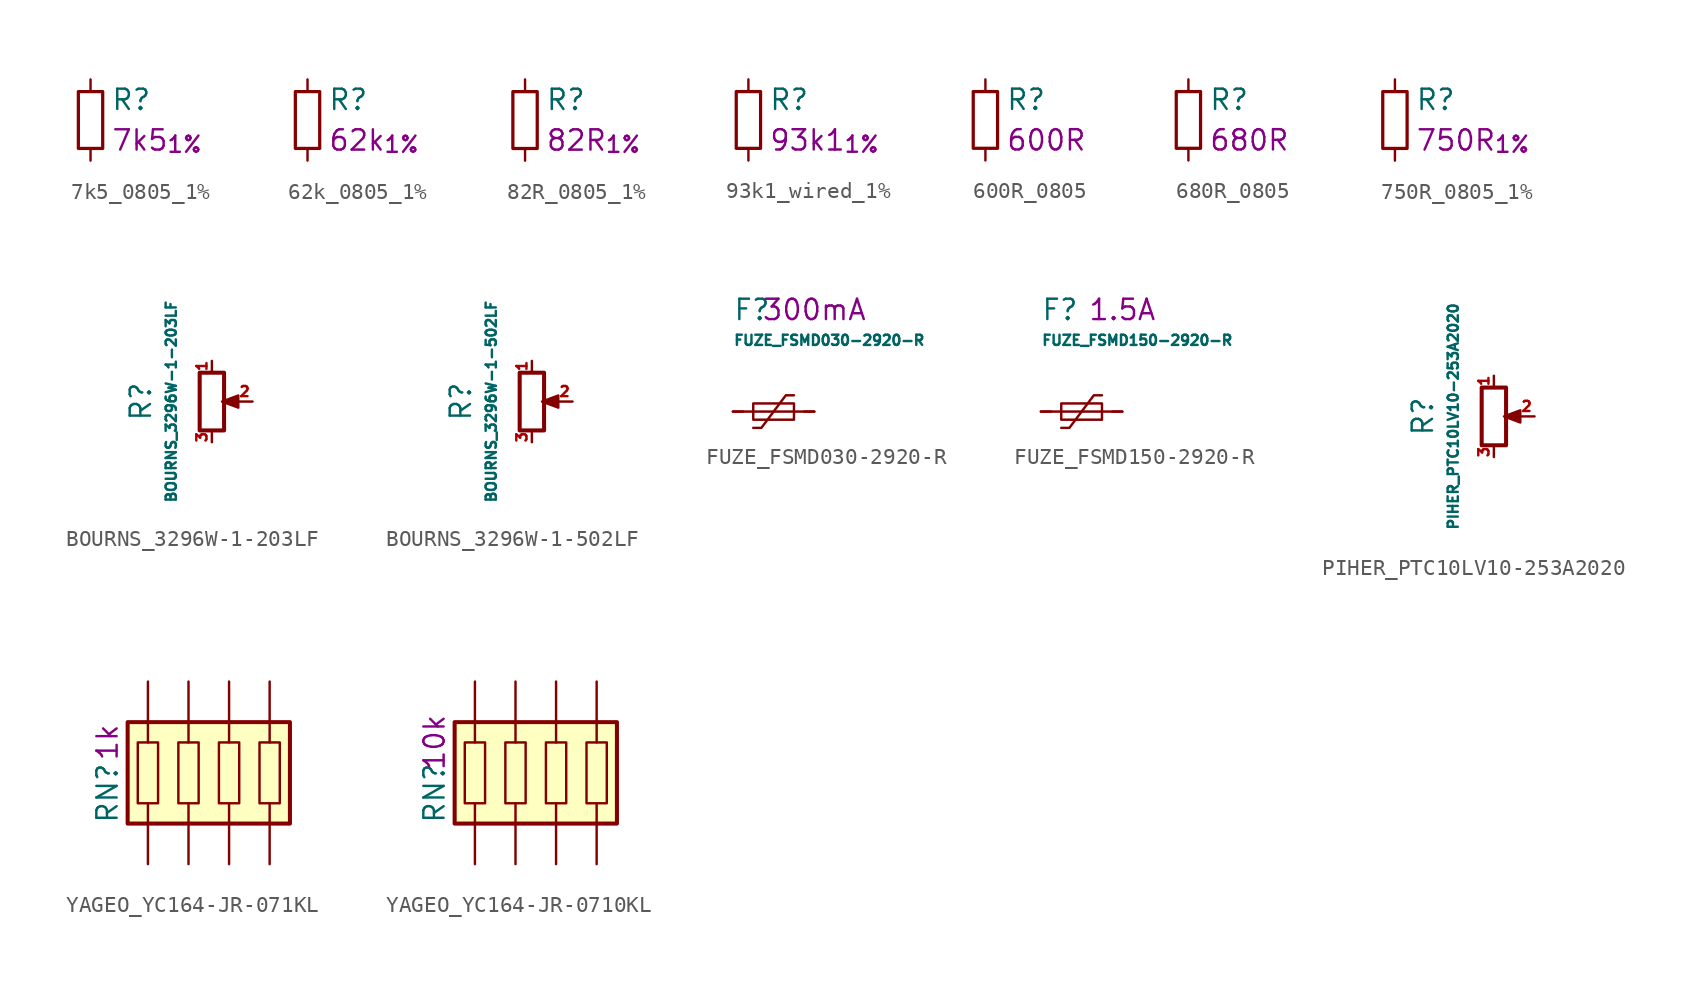
<source format=kicad_sym>
(kicad_symbol_lib
  (version 20241209)
  (generator "kicad_symbol_editor")
  (generator_version "9.0")
  (symbol "7k5_0805_1%"
    (pin_numbers
      (hide yes))
    (pin_names
      (offset 0.254)
      (hide yes))
    (property "Reference" "R"
      (at 1.27 1.27 0)
      (effects (font (size 1.27 1.27)) (justify left)))
    (property "Value_" "7k5_{1%}"
      (at 1.27 -1.27 0)
      (effects (font (size 1.27 1.27)) (justify left)))
    (symbol "7k5_0805_1%_0_1"
      (rectangle (start -0.762 1.778) (end 0.762 -1.778) (stroke (width 0.203) (type default)) (fill (type none))))
    (symbol "7k5_0805_1%_1_1"
      (pin passive line (at 0 2.54 270) (length 0.762) (name "~" (effects (font (size 1.27 1.27)))) (number "1" (effects (font (size 1.27 1.27)))))
      (pin passive line (at 0 -2.54 90) (length 0.762) (name "~" (effects (font (size 1.27 1.27)))) (number "2" (effects (font (size 1.27 1.27)))))))
  (symbol "62k_0805_1%"
    (pin_numbers
      (hide yes))
    (pin_names
      (offset 0.254)
      (hide yes))
    (property "Reference" "R"
      (at 1.27 1.27 0)
      (effects (font (size 1.27 1.27)) (justify left)))
    (property "Value_" "62k_{1%}"
      (at 1.27 -1.27 0)
      (effects (font (size 1.27 1.27)) (justify left)))
    (symbol "62k_0805_1%_0_1"
      (rectangle (start -0.762 1.778) (end 0.762 -1.778) (stroke (width 0.203) (type default)) (fill (type none))))
    (symbol "62k_0805_1%_1_1"
      (pin passive line (at 0 2.54 270) (length 0.762) (name "~" (effects (font (size 1.27 1.27)))) (number "1" (effects (font (size 1.27 1.27)))))
      (pin passive line (at 0 -2.54 90) (length 0.762) (name "~" (effects (font (size 1.27 1.27)))) (number "2" (effects (font (size 1.27 1.27)))))))
  (symbol "82R_0805_1%"
    (pin_numbers
      (hide yes))
    (pin_names
      (offset 0.254)
      (hide yes))
    (property "Reference" "R"
      (at 1.27 1.27 0)
      (effects (font (size 1.27 1.27)) (justify left)))
    (property "Value_" "82R_{1%}"
      (at 1.27 -1.27 0)
      (effects (font (size 1.27 1.27)) (justify left)))
    (symbol "82R_0805_1%_0_1"
      (rectangle (start -0.762 1.778) (end 0.762 -1.778) (stroke (width 0.203) (type default)) (fill (type none))))
    (symbol "82R_0805_1%_1_1"
      (pin passive line (at 0 2.54 270) (length 0.762) (name "~" (effects (font (size 1.27 1.27)))) (number "1" (effects (font (size 1.27 1.27)))))
      (pin passive line (at 0 -2.54 90) (length 0.762) (name "~" (effects (font (size 1.27 1.27)))) (number "2" (effects (font (size 1.27 1.27)))))))
  (symbol "93k1_wired_1%"
    (pin_numbers
      (hide yes))
    (pin_names
      (offset 0.254)
      (hide yes))
    (property "Reference" "R"
      (at 1.27 1.27 0)
      (effects (font (size 1.27 1.27)) (justify left)))
    (property "Value_" "93k1_{1%}"
      (at 1.27 -1.27 0)
      (effects (font (size 1.27 1.27)) (justify left)))
    (symbol "93k1_wired_1%_0_1"
      (rectangle (start -0.762 1.778) (end 0.762 -1.778) (stroke (width 0.203) (type default)) (fill (type none))))
    (symbol "93k1_wired_1%_1_1"
      (pin passive line (at 0 2.54 270) (length 0.762) (name "~" (effects (font (size 1.27 1.27)))) (number "1" (effects (font (size 1.27 1.27)))))
      (pin passive line (at 0 -2.54 90) (length 0.762) (name "~" (effects (font (size 1.27 1.27)))) (number "2" (effects (font (size 1.27 1.27)))))))
  (symbol "600R_0805"
    (pin_numbers
      (hide yes))
    (pin_names
      (offset 0.254)
      (hide yes))
    (property "Reference" "R"
      (at 1.27 1.27 0)
      (effects (font (size 1.27 1.27)) (justify left)))
    (property "Value_" "600R"
      (at 1.27 -1.27 0)
      (effects (font (size 1.27 1.27)) (justify left)))
    (symbol "600R_0805_0_1"
      (rectangle (start -0.762 1.778) (end 0.762 -1.778) (stroke (width 0.203) (type default)) (fill (type none))))
    (symbol "600R_0805_1_1"
      (pin passive line (at 0 2.54 270) (length 0.762) (name "~" (effects (font (size 1.27 1.27)))) (number "1" (effects (font (size 1.27 1.27)))))
      (pin passive line (at 0 -2.54 90) (length 0.762) (name "~" (effects (font (size 1.27 1.27)))) (number "2" (effects (font (size 1.27 1.27)))))))
  (symbol "680R_0805"
    (pin_numbers
      (hide yes))
    (pin_names
      (offset 0.254)
      (hide yes))
    (property "Reference" "R"
      (at 1.27 1.27 0)
      (effects (font (size 1.27 1.27)) (justify left)))
    (property "Value_" "680R"
      (at 1.27 -1.27 0)
      (effects (font (size 1.27 1.27)) (justify left)))
    (symbol "680R_0805_0_1"
      (rectangle (start -0.762 1.778) (end 0.762 -1.778) (stroke (width 0.203) (type default)) (fill (type none))))
    (symbol "680R_0805_1_1"
      (pin passive line (at 0 2.54 270) (length 0.762) (name "~" (effects (font (size 1.27 1.27)))) (number "1" (effects (font (size 1.27 1.27)))))
      (pin passive line (at 0 -2.54 90) (length 0.762) (name "~" (effects (font (size 1.27 1.27)))) (number "2" (effects (font (size 1.27 1.27)))))))
  (symbol "750R_0805_1%"
    (pin_numbers
      (hide yes))
    (pin_names
      (offset 0.254)
      (hide yes))
    (property "Reference" "R"
      (at 1.27 1.27 0)
      (effects (font (size 1.27 1.27)) (justify left)))
    (property "Value_" "750R_{1%}"
      (at 1.27 -1.27 0)
      (effects (font (size 1.27 1.27)) (justify left)))
    (symbol "750R_0805_1%_0_1"
      (rectangle (start -0.762 1.778) (end 0.762 -1.778) (stroke (width 0.203) (type default)) (fill (type none))))
    (symbol "750R_0805_1%_1_1"
      (pin passive line (at 0 2.54 270) (length 0.762) (name "~" (effects (font (size 1.27 1.27)))) (number "1" (effects (font (size 1.27 1.27)))))
      (pin passive line (at 0 -2.54 90) (length 0.762) (name "~" (effects (font (size 1.27 1.27)))) (number "2" (effects (font (size 1.27 1.27)))))))
  (symbol "BOURNS_3296W-1-203LF"
    (pin_names
      (offset 1.016)
      (hide yes))
    (property "Reference" "R"
      (at -4.445 0 90)
      (effects (font (size 1.27 1.27))))
    (property "Value" "BOURNS_3296W-1-203LF"
      (at -2.54 0 90)
      (effects (font (size 0.635 0.635))))
    (symbol "BOURNS_3296W-1-203LF_0_1"
      (rectangle (start 0.762 1.803) (end -0.762 -1.803) (stroke (width 0.254) (type default)) (fill (type none)))
      (polyline (pts (xy 0.889 0) (xy 0.635 0) (xy 1.651 0.381) (xy 1.651 -0.381) (xy 0.635 0) (xy 0.889 0)) (stroke (width 0) (type default)) (fill (type outline))))
    (symbol "BOURNS_3296W-1-203LF_1_1"
      (pin passive line (at 0 2.54 270) (length 0.635) (name "1" (effects (font (size 0.635 0.635)))) (number "1" (effects (font (size 0.635 0.635)))))
      (pin passive line (at 0 -2.54 90) (length 0.635) (name "3" (effects (font (size 0.635 0.635)))) (number "3" (effects (font (size 0.635 0.635)))))
      (pin passive line (at 2.54 0 180) (length 0.991) (name "2" (effects (font (size 0.635 0.635)))) (number "2" (effects (font (size 0.635 0.635)))))))
  (symbol "BOURNS_3296W-1-502LF"
    (pin_names
      (offset 1.016)
      (hide yes))
    (property "Reference" "R"
      (at -4.445 0 90)
      (effects (font (size 1.27 1.27))))
    (property "Value" "BOURNS_3296W-1-502LF"
      (at -2.54 0 90)
      (effects (font (size 0.635 0.635))))
    (symbol "BOURNS_3296W-1-502LF_0_1"
      (rectangle (start 0.762 1.803) (end -0.762 -1.803) (stroke (width 0.254) (type default)) (fill (type none)))
      (polyline (pts (xy 0.889 0) (xy 0.635 0) (xy 1.651 0.381) (xy 1.651 -0.381) (xy 0.635 0) (xy 0.889 0)) (stroke (width 0) (type default)) (fill (type outline))))
    (symbol "BOURNS_3296W-1-502LF_1_1"
      (pin passive line (at 0 2.54 270) (length 0.635) (name "1" (effects (font (size 0.635 0.635)))) (number "1" (effects (font (size 0.635 0.635)))))
      (pin passive line (at 0 -2.54 90) (length 0.635) (name "3" (effects (font (size 0.635 0.635)))) (number "3" (effects (font (size 0.635 0.635)))))
      (pin passive line (at 2.54 0 180) (length 0.991) (name "2" (effects (font (size 0.635 0.635)))) (number "2" (effects (font (size 0.635 0.635)))))))
  (symbol "FUZE_FSMD030-2920-R"
    (pin_numbers
      (hide yes))
    (property "Reference" "F"
      (at 0 6.35 0)
      (effects (font (size 1.27 1.27)) (justify left)))
    (property "Value" "FUZE_FSMD030-2920-R"
      (at 0 4.445 0)
      (effects (font (size 0.635 0.635)) (justify left)))
    (property "Value_" "300mA"
      (at 5.08 6.35 0)
      (effects (font (size 1.27 1.27))))
    (symbol "FUZE_FSMD030-2920-R_0_1"
      (polyline (pts (xy 0 0) (xy 5.08 0)) (stroke (width 0) (type default)) (fill (type none)))
      (rectangle (start 1.27 -0.508) (end 3.81 0.508) (stroke (width 0) (type default)) (fill (type none)))
      (polyline (pts (xy 1.27 -1.016) (xy 1.778 -1.016) (xy 3.302 1.016) (xy 3.81 1.016)) (stroke (width 0) (type default)) (fill (type none))))
    (symbol "FUZE_FSMD030-2920-R_1_1"
      (pin passive line (at 0 0 0) (length 0.635) (name "~" (effects (font (size 1.27 1.27)))) (number "1" (effects (font (size 1.27 1.27)))))
      (pin passive line (at 5.08 0 180) (length 0.635) (name "~" (effects (font (size 1.27 1.27)))) (number "2" (effects (font (size 1.27 1.27)))))))
  (symbol "FUZE_FSMD150-2920-R"
    (pin_numbers
      (hide yes))
    (property "Reference" "F"
      (at 0 6.35 0)
      (effects (font (size 1.27 1.27)) (justify left)))
    (property "Value" "FUZE_FSMD150-2920-R"
      (at 0 4.445 0)
      (effects (font (size 0.635 0.635)) (justify left)))
    (property "Value_" "1.5A"
      (at 5.08 6.35 0)
      (effects (font (size 1.27 1.27))))
    (symbol "FUZE_FSMD150-2920-R_0_1"
      (polyline (pts (xy 0 0) (xy 5.08 0)) (stroke (width 0) (type default)) (fill (type none)))
      (rectangle (start 1.27 -0.508) (end 3.81 0.508) (stroke (width 0) (type default)) (fill (type none)))
      (polyline (pts (xy 1.27 -1.016) (xy 1.778 -1.016) (xy 3.302 1.016) (xy 3.81 1.016)) (stroke (width 0) (type default)) (fill (type none))))
    (symbol "FUZE_FSMD150-2920-R_1_1"
      (pin passive line (at 0 0 0) (length 0.635) (name "~" (effects (font (size 1.27 1.27)))) (number "1" (effects (font (size 1.27 1.27)))))
      (pin passive line (at 5.08 0 180) (length 0.635) (name "~" (effects (font (size 1.27 1.27)))) (number "2" (effects (font (size 1.27 1.27)))))))
  (symbol "PIHER_PTC10LV10-253A2020"
    (pin_names
      (offset 1.016)
      (hide yes))
    (property "Reference" "R"
      (at -4.445 0 90)
      (effects (font (size 1.27 1.27))))
    (property "Value" "PIHER_PTC10LV10-253A2020"
      (at -2.54 0 90)
      (effects (font (size 0.635 0.635))))
    (symbol "PIHER_PTC10LV10-253A2020_0_1"
      (rectangle (start 0.762 1.803) (end -0.762 -1.803) (stroke (width 0.254) (type default)) (fill (type none)))
      (polyline (pts (xy 0.889 0) (xy 0.635 0) (xy 1.651 0.381) (xy 1.651 -0.381) (xy 0.635 0) (xy 0.889 0)) (stroke (width 0) (type default)) (fill (type outline))))
    (symbol "PIHER_PTC10LV10-253A2020_1_1"
      (pin passive line (at 0 2.54 270) (length 0.635) (name "1" (effects (font (size 0.635 0.635)))) (number "1" (effects (font (size 0.635 0.635)))))
      (pin passive line (at 0 -2.54 90) (length 0.635) (name "3" (effects (font (size 0.635 0.635)))) (number "3" (effects (font (size 0.635 0.635)))))
      (pin passive line (at 2.54 0 180) (length 0.991) (name "2" (effects (font (size 0.635 0.635)))) (number "2" (effects (font (size 0.635 0.635)))))))
  (symbol "YAGEO_YC164-JR-071KL"
    (pin_numbers
      (hide yes))
    (pin_names
      (offset 0)
      (hide yes))
    (property "Reference" "RN"
      (at -2.54 -6.985 90)
      (effects (font (size 1.27 1.27))))
    (property "Value_1" "1k"
      (at -2.54 -3.81 90)
      (effects (font (size 1.27 1.27))))
    (symbol "YAGEO_YC164-JR-071KL_0_1"
      (rectangle (start -1.27 -2.54) (end 8.89 -8.89) (stroke (width 0.254) (type default)) (fill (type background))))
    (symbol "YAGEO_YC164-JR-071KL_1_1"
      (rectangle (start -0.635 -3.81) (end 0.635 -7.62) (stroke (width 0) (type default)) (fill (type none)))
      (rectangle (start 1.905 -3.81) (end 3.175 -7.62) (stroke (width 0) (type default)) (fill (type none)))
      (rectangle (start 4.445 -3.81) (end 5.715 -7.62) (stroke (width 0) (type default)) (fill (type none)))
      (rectangle (start 6.985 -3.81) (end 8.255 -7.62) (stroke (width 0) (type default)) (fill (type none)))
      (pin passive line (at 0 0 270) (length 3.81) (name "1" (effects (font (size 1.27 1.27)))) (number "8" (effects (font (size 1.27 1.27)))))
      (pin passive line (at 0 -11.43 90) (length 3.81) (name "1" (effects (font (size 1.27 1.27)))) (number "1" (effects (font (size 1.27 1.27)))))
      (pin passive line (at 2.54 0 270) (length 3.81) (name "1" (effects (font (size 1.27 1.27)))) (number "7" (effects (font (size 1.27 1.27)))))
      (pin passive line (at 2.54 -11.43 90) (length 3.81) (name "1" (effects (font (size 1.27 1.27)))) (number "2" (effects (font (size 1.27 1.27)))))
      (pin passive line (at 5.08 0 270) (length 3.81) (name "1" (effects (font (size 1.27 1.27)))) (number "6" (effects (font (size 1.27 1.27)))))
      (pin passive line (at 5.08 -11.43 90) (length 3.81) (name "1" (effects (font (size 1.27 1.27)))) (number "3" (effects (font (size 1.27 1.27)))))
      (pin passive line (at 7.62 0 270) (length 3.81) (name "1" (effects (font (size 1.27 1.27)))) (number "5" (effects (font (size 1.27 1.27)))))
      (pin passive line (at 7.62 -11.43 90) (length 3.81) (name "1" (effects (font (size 1.27 1.27)))) (number "4" (effects (font (size 1.27 1.27)))))))
  (symbol "YAGEO_YC164-JR-0710KL"
    (pin_numbers
      (hide yes))
    (pin_names
      (offset 0)
      (hide yes))
    (property "Reference" "RN"
      (at -2.54 -6.985 90)
      (effects (font (size 1.27 1.27))))
    (property "Value_1" "10k"
      (at -2.54 -3.81 90)
      (effects (font (size 1.27 1.27))))
    (symbol "YAGEO_YC164-JR-0710KL_0_1"
      (rectangle (start -1.27 -2.54) (end 8.89 -8.89) (stroke (width 0.254) (type default)) (fill (type background))))
    (symbol "YAGEO_YC164-JR-0710KL_1_1"
      (rectangle (start -0.635 -3.81) (end 0.635 -7.62) (stroke (width 0) (type default)) (fill (type none)))
      (rectangle (start 1.905 -3.81) (end 3.175 -7.62) (stroke (width 0) (type default)) (fill (type none)))
      (rectangle (start 4.445 -3.81) (end 5.715 -7.62) (stroke (width 0) (type default)) (fill (type none)))
      (rectangle (start 6.985 -3.81) (end 8.255 -7.62) (stroke (width 0) (type default)) (fill (type none)))
      (pin passive line (at 0 0 270) (length 3.81) (name "1" (effects (font (size 1.27 1.27)))) (number "8" (effects (font (size 1.27 1.27)))))
      (pin passive line (at 0 -11.43 90) (length 3.81) (name "1" (effects (font (size 1.27 1.27)))) (number "1" (effects (font (size 1.27 1.27)))))
      (pin passive line (at 2.54 0 270) (length 3.81) (name "1" (effects (font (size 1.27 1.27)))) (number "7" (effects (font (size 1.27 1.27)))))
      (pin passive line (at 2.54 -11.43 90) (length 3.81) (name "1" (effects (font (size 1.27 1.27)))) (number "2" (effects (font (size 1.27 1.27)))))
      (pin passive line (at 5.08 0 270) (length 3.81) (name "1" (effects (font (size 1.27 1.27)))) (number "6" (effects (font (size 1.27 1.27)))))
      (pin passive line (at 5.08 -11.43 90) (length 3.81) (name "1" (effects (font (size 1.27 1.27)))) (number "3" (effects (font (size 1.27 1.27)))))
      (pin passive line (at 7.62 0 270) (length 3.81) (name "1" (effects (font (size 1.27 1.27)))) (number "5" (effects (font (size 1.27 1.27)))))
      (pin passive line (at 7.62 -11.43 90) (length 3.81) (name "1" (effects (font (size 1.27 1.27)))) (number "4" (effects (font (size 1.27 1.27))))))))
</source>
